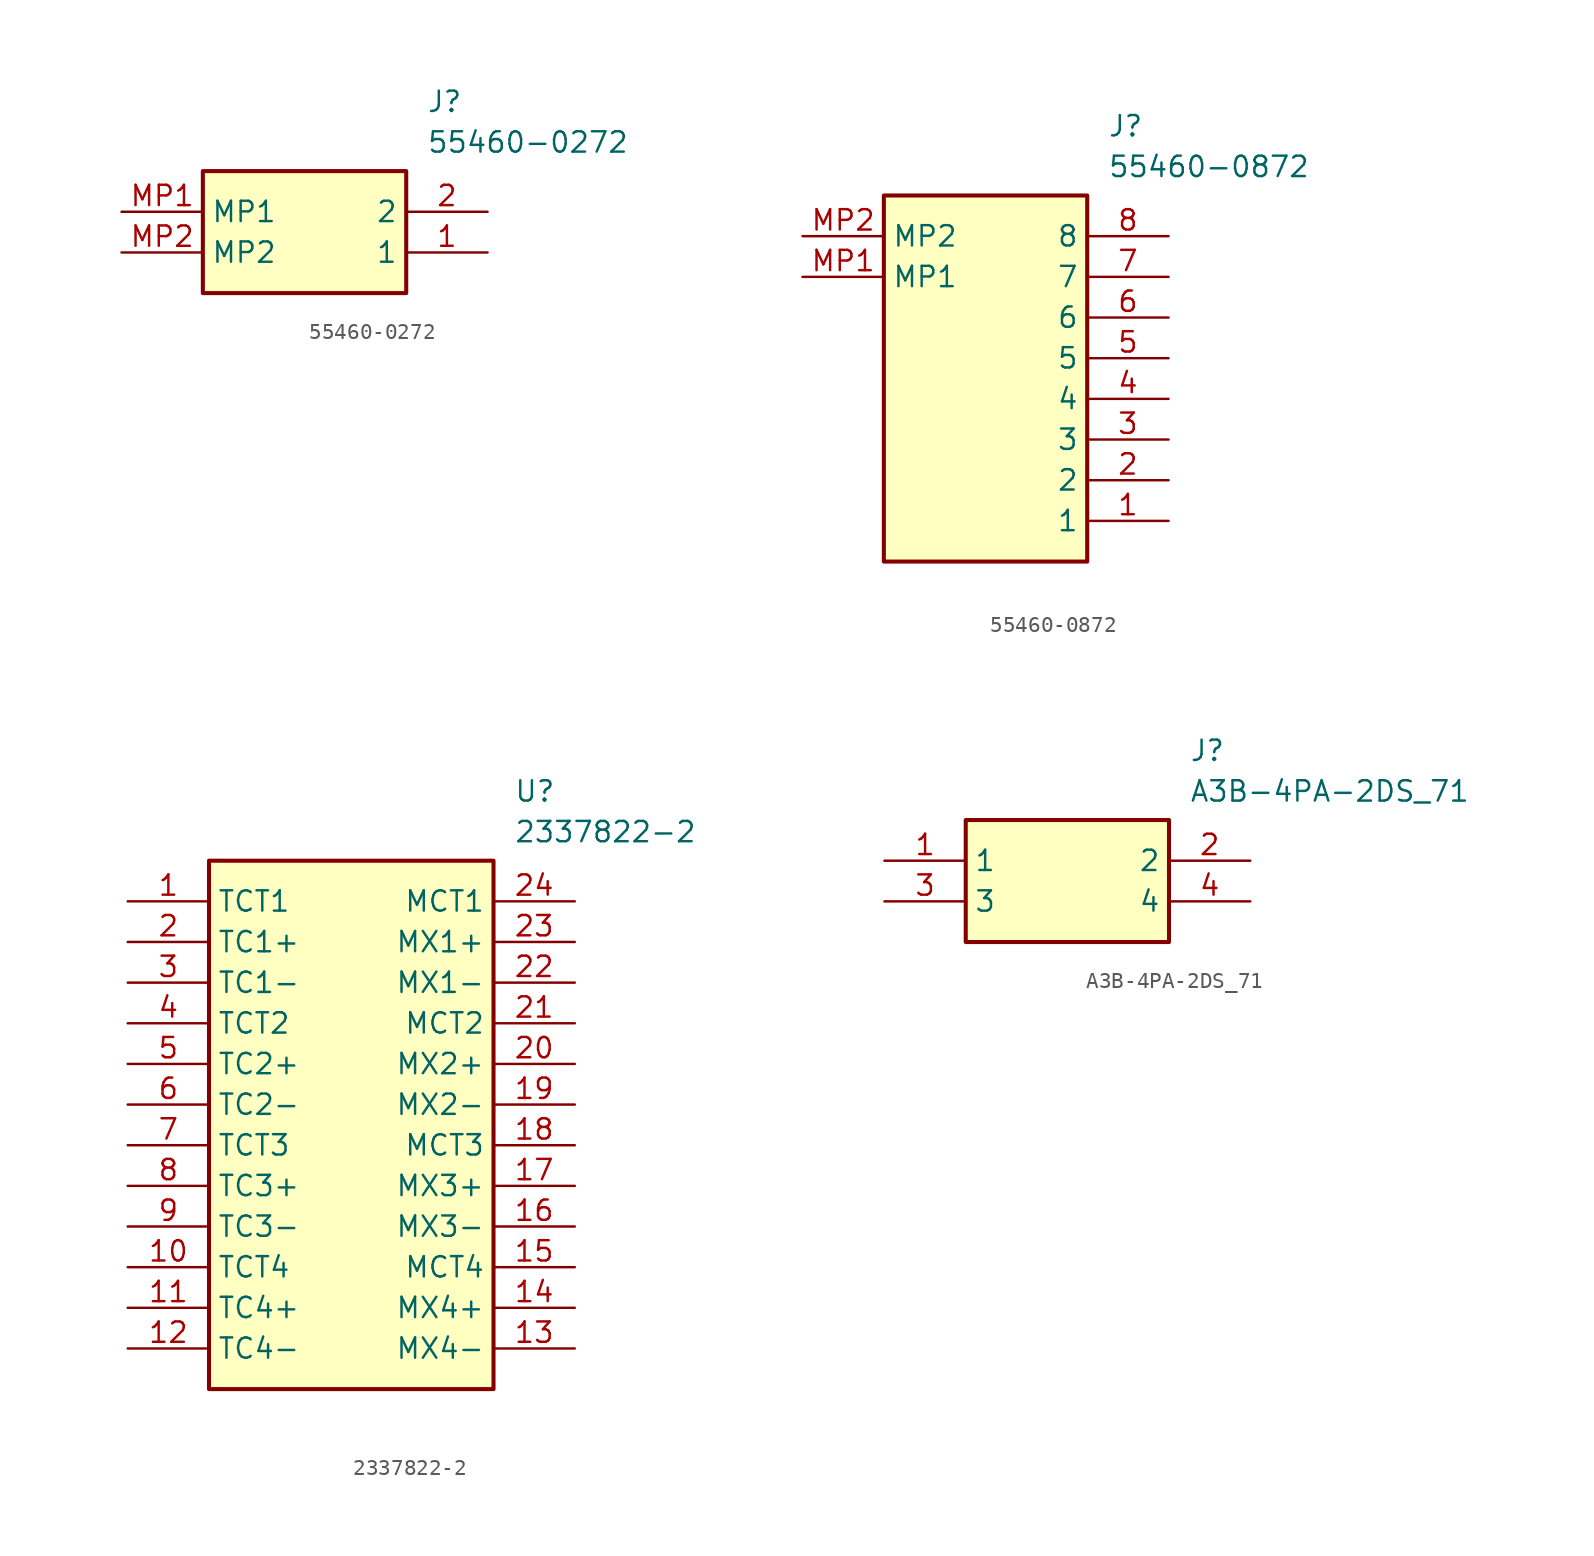
<source format=kicad_sym>
(kicad_symbol_lib
  (version 20220914)
  (generator kicad_symbol_editor)
  (symbol "55460-0272"
    (property "Reference" "J"
      (at 19.05 7.62 0)
      (effects (font (size 1.27 1.27)) (justify left top)))
    (property "Value" "55460-0272"
      (at 19.05 5.08 0)
      (effects (font (size 1.27 1.27)) (justify left top)))
    (symbol "55460-0272_1_1"
      (rectangle (start 5.08 2.54) (end 17.78 -5.08) (stroke (width 0.254) (type default)) (fill (type background)))
      (pin passive line (at 22.86 -2.54 180) (length 5.08) (name "1" (effects (font (size 1.27 1.27)))) (number "1" (effects (font (size 1.27 1.27)))))
      (pin passive line (at 22.86 0 180) (length 5.08) (name "2" (effects (font (size 1.27 1.27)))) (number "2" (effects (font (size 1.27 1.27)))))
      (pin passive line (at 0 0 0) (length 5.08) (name "MP1" (effects (font (size 1.27 1.27)))) (number "MP1" (effects (font (size 1.27 1.27)))))
      (pin passive line (at 0 -2.54 0) (length 5.08) (name "MP2" (effects (font (size 1.27 1.27)))) (number "MP2" (effects (font (size 1.27 1.27)))))))
  (symbol "55460-0872"
    (property "Reference" "J"
      (at 19.05 7.62 0)
      (effects (font (size 1.27 1.27)) (justify left top)))
    (property "Value" "55460-0872"
      (at 19.05 5.08 0)
      (effects (font (size 1.27 1.27)) (justify left top)))
    (symbol "55460-0872_1_1"
      (rectangle (start 5.08 2.54) (end 17.78 -20.32) (stroke (width 0.254) (type default)) (fill (type background)))
      (pin passive line (at 22.86 -17.78 180) (length 5.08) (name "1" (effects (font (size 1.27 1.27)))) (number "1" (effects (font (size 1.27 1.27)))))
      (pin passive line (at 22.86 -15.24 180) (length 5.08) (name "2" (effects (font (size 1.27 1.27)))) (number "2" (effects (font (size 1.27 1.27)))))
      (pin passive line (at 22.86 -12.7 180) (length 5.08) (name "3" (effects (font (size 1.27 1.27)))) (number "3" (effects (font (size 1.27 1.27)))))
      (pin passive line (at 22.86 -10.16 180) (length 5.08) (name "4" (effects (font (size 1.27 1.27)))) (number "4" (effects (font (size 1.27 1.27)))))
      (pin passive line (at 22.86 -7.62 180) (length 5.08) (name "5" (effects (font (size 1.27 1.27)))) (number "5" (effects (font (size 1.27 1.27)))))
      (pin passive line (at 22.86 -5.08 180) (length 5.08) (name "6" (effects (font (size 1.27 1.27)))) (number "6" (effects (font (size 1.27 1.27)))))
      (pin passive line (at 22.86 -2.54 180) (length 5.08) (name "7" (effects (font (size 1.27 1.27)))) (number "7" (effects (font (size 1.27 1.27)))))
      (pin passive line (at 22.86 0 180) (length 5.08) (name "8" (effects (font (size 1.27 1.27)))) (number "8" (effects (font (size 1.27 1.27)))))
      (pin passive line (at 0 -2.54 0) (length 5.08) (name "MP1" (effects (font (size 1.27 1.27)))) (number "MP1" (effects (font (size 1.27 1.27)))))
      (pin passive line (at 0 0 0) (length 5.08) (name "MP2" (effects (font (size 1.27 1.27)))) (number "MP2" (effects (font (size 1.27 1.27)))))))
  (symbol "2337822-2"
    (property "Reference" "U"
      (at 24.13 7.62 0)
      (effects (font (size 1.27 1.27)) (justify left top)))
    (property "Value" "2337822-2"
      (at 24.13 5.08 0)
      (effects (font (size 1.27 1.27)) (justify left top)))
    (symbol "2337822-2_1_1"
      (rectangle (start 5.08 2.54) (end 22.86 -30.48) (stroke (width 0.254) (type default)) (fill (type background)))
      (pin passive line (at 0 0 0) (length 5.08) (name "TCT1" (effects (font (size 1.27 1.27)))) (number "1" (effects (font (size 1.27 1.27)))))
      (pin passive line (at 0 -22.86 0) (length 5.08) (name "TCT4" (effects (font (size 1.27 1.27)))) (number "10" (effects (font (size 1.27 1.27)))))
      (pin passive line (at 0 -25.4 0) (length 5.08) (name "TC4+" (effects (font (size 1.27 1.27)))) (number "11" (effects (font (size 1.27 1.27)))))
      (pin passive line (at 0 -27.94 0) (length 5.08) (name "TC4-" (effects (font (size 1.27 1.27)))) (number "12" (effects (font (size 1.27 1.27)))))
      (pin passive line (at 27.94 -27.94 180) (length 5.08) (name "MX4-" (effects (font (size 1.27 1.27)))) (number "13" (effects (font (size 1.27 1.27)))))
      (pin passive line (at 27.94 -25.4 180) (length 5.08) (name "MX4+" (effects (font (size 1.27 1.27)))) (number "14" (effects (font (size 1.27 1.27)))))
      (pin passive line (at 27.94 -22.86 180) (length 5.08) (name "MCT4" (effects (font (size 1.27 1.27)))) (number "15" (effects (font (size 1.27 1.27)))))
      (pin passive line (at 27.94 -20.32 180) (length 5.08) (name "MX3-" (effects (font (size 1.27 1.27)))) (number "16" (effects (font (size 1.27 1.27)))))
      (pin passive line (at 27.94 -17.78 180) (length 5.08) (name "MX3+" (effects (font (size 1.27 1.27)))) (number "17" (effects (font (size 1.27 1.27)))))
      (pin passive line (at 27.94 -15.24 180) (length 5.08) (name "MCT3" (effects (font (size 1.27 1.27)))) (number "18" (effects (font (size 1.27 1.27)))))
      (pin passive line (at 27.94 -12.7 180) (length 5.08) (name "MX2-" (effects (font (size 1.27 1.27)))) (number "19" (effects (font (size 1.27 1.27)))))
      (pin passive line (at 0 -2.54 0) (length 5.08) (name "TC1+" (effects (font (size 1.27 1.27)))) (number "2" (effects (font (size 1.27 1.27)))))
      (pin passive line (at 27.94 -10.16 180) (length 5.08) (name "MX2+" (effects (font (size 1.27 1.27)))) (number "20" (effects (font (size 1.27 1.27)))))
      (pin passive line (at 27.94 -7.62 180) (length 5.08) (name "MCT2" (effects (font (size 1.27 1.27)))) (number "21" (effects (font (size 1.27 1.27)))))
      (pin passive line (at 27.94 -5.08 180) (length 5.08) (name "MX1-" (effects (font (size 1.27 1.27)))) (number "22" (effects (font (size 1.27 1.27)))))
      (pin passive line (at 27.94 -2.54 180) (length 5.08) (name "MX1+" (effects (font (size 1.27 1.27)))) (number "23" (effects (font (size 1.27 1.27)))))
      (pin passive line (at 27.94 0 180) (length 5.08) (name "MCT1" (effects (font (size 1.27 1.27)))) (number "24" (effects (font (size 1.27 1.27)))))
      (pin passive line (at 0 -5.08 0) (length 5.08) (name "TC1-" (effects (font (size 1.27 1.27)))) (number "3" (effects (font (size 1.27 1.27)))))
      (pin passive line (at 0 -7.62 0) (length 5.08) (name "TCT2" (effects (font (size 1.27 1.27)))) (number "4" (effects (font (size 1.27 1.27)))))
      (pin passive line (at 0 -10.16 0) (length 5.08) (name "TC2+" (effects (font (size 1.27 1.27)))) (number "5" (effects (font (size 1.27 1.27)))))
      (pin passive line (at 0 -12.7 0) (length 5.08) (name "TC2-" (effects (font (size 1.27 1.27)))) (number "6" (effects (font (size 1.27 1.27)))))
      (pin passive line (at 0 -15.24 0) (length 5.08) (name "TCT3" (effects (font (size 1.27 1.27)))) (number "7" (effects (font (size 1.27 1.27)))))
      (pin passive line (at 0 -17.78 0) (length 5.08) (name "TC3+" (effects (font (size 1.27 1.27)))) (number "8" (effects (font (size 1.27 1.27)))))
      (pin passive line (at 0 -20.32 0) (length 5.08) (name "TC3-" (effects (font (size 1.27 1.27)))) (number "9" (effects (font (size 1.27 1.27)))))))
  (symbol "A3B-4PA-2DS_71"
    (property "Reference" "J"
      (at 19.05 7.62 0)
      (effects (font (size 1.27 1.27)) (justify left top)))
    (property "Value" "A3B-4PA-2DS_71"
      (at 19.05 5.08 0)
      (effects (font (size 1.27 1.27)) (justify left top)))
    (symbol "A3B-4PA-2DS_71_1_1"
      (rectangle (start 5.08 2.54) (end 17.78 -5.08) (stroke (width 0.254) (type default)) (fill (type background)))
      (pin passive line (at 0 0 0) (length 5.08) (name "1" (effects (font (size 1.27 1.27)))) (number "1" (effects (font (size 1.27 1.27)))))
      (pin passive line (at 22.86 0 180) (length 5.08) (name "2" (effects (font (size 1.27 1.27)))) (number "2" (effects (font (size 1.27 1.27)))))
      (pin passive line (at 0 -2.54 0) (length 5.08) (name "3" (effects (font (size 1.27 1.27)))) (number "3" (effects (font (size 1.27 1.27)))))
      (pin passive line (at 22.86 -2.54 180) (length 5.08) (name "4" (effects (font (size 1.27 1.27)))) (number "4" (effects (font (size 1.27 1.27))))))))
</source>
